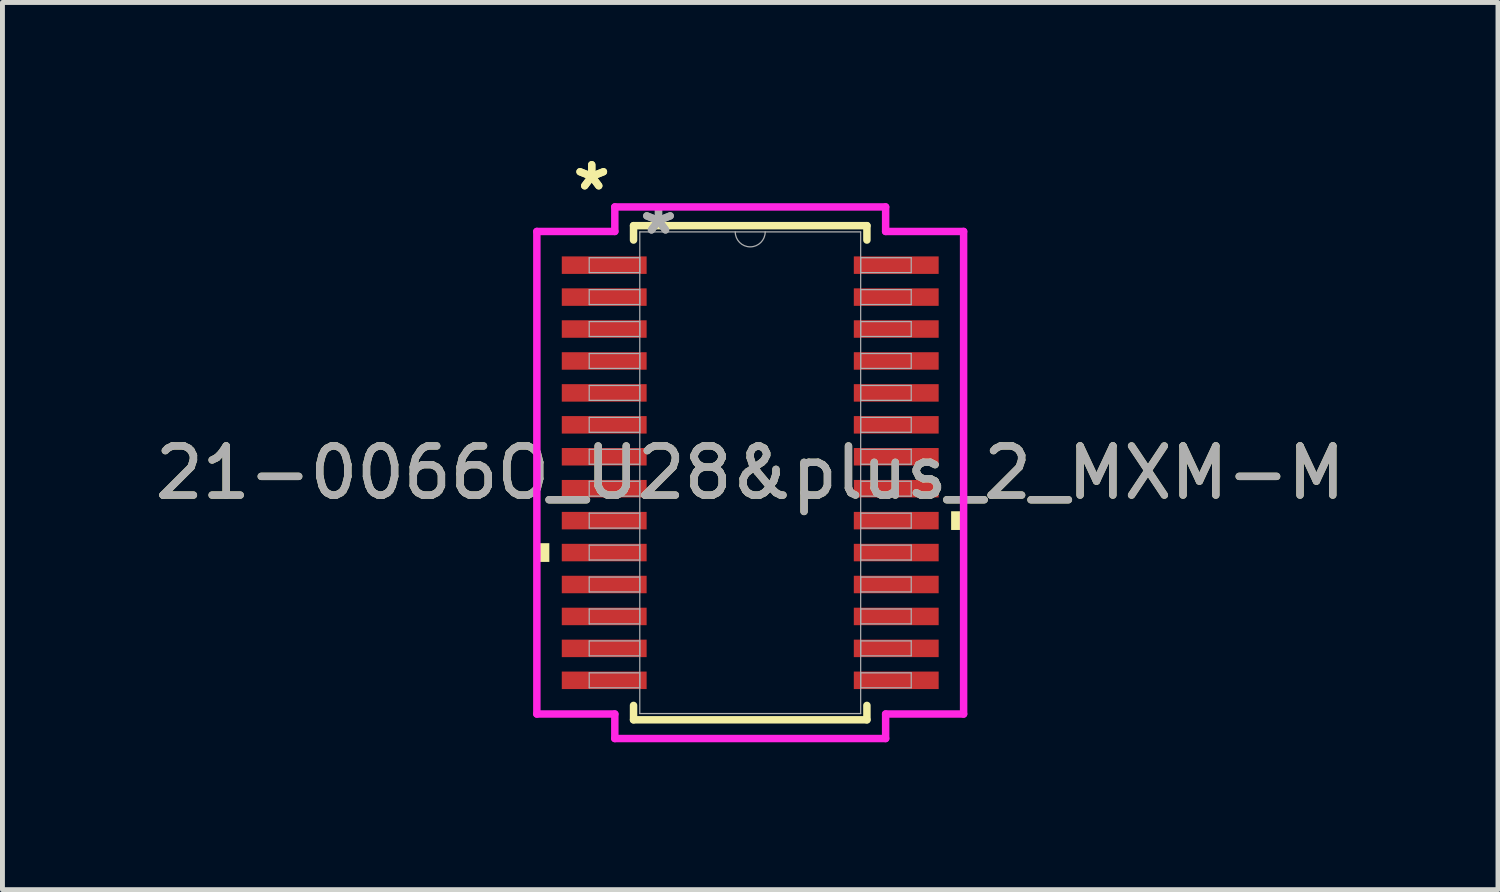
<source format=kicad_pcb>
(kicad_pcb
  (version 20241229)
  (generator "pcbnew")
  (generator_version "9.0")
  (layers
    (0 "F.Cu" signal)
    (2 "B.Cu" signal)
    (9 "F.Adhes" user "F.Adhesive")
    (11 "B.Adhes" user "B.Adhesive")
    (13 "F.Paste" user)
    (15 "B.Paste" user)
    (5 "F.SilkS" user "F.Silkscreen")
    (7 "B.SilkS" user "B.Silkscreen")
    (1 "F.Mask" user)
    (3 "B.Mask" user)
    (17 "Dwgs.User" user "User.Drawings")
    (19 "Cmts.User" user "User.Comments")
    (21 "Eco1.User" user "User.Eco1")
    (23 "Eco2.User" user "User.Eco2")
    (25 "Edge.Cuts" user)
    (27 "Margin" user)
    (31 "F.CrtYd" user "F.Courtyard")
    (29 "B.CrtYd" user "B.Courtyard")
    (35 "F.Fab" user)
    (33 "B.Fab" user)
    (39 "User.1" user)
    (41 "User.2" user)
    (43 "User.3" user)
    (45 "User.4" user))
  (footprint "21-0066O_U28&plus_2_MXM-M"
    (layer "F.Cu")
    (at 12.22 6.572)
    (property "Reference" "21-0066O_U28&plus_2_MXM-M" (at 0 0 0) (unlocked yes) (layer "F.SilkS") (effects (font (size 1 1) (thickness 0.15))))
    (attr smd)
    (fp_line (start -2.375 -5.029) (end -2.375 -4.736) (stroke (width 0.152) (type solid)) (layer "F.SilkS"))
    (fp_line (start -2.375 4.736) (end -2.375 5.029) (stroke (width 0.152) (type solid)) (layer "F.SilkS"))
    (fp_line (start -2.375 5.029) (end 2.375 5.029) (stroke (width 0.152) (type solid)) (layer "F.SilkS"))
    (fp_line (start 2.375 -5.029) (end -2.375 -5.029) (stroke (width 0.152) (type solid)) (layer "F.SilkS"))
    (fp_line (start 2.375 -4.736) (end 2.375 -5.029) (stroke (width 0.152) (type solid)) (layer "F.SilkS"))
    (fp_line (start 2.375 5.029) (end 2.375 4.736) (stroke (width 0.152) (type solid)) (layer "F.SilkS"))
    (fp_poly (pts (xy -4.343 1.434) (xy -4.343 1.815) (xy -4.089 1.815) (xy -4.089 1.434)) (stroke (width 0) (type solid)) (fill yes) (layer "F.SilkS"))
    (fp_poly (pts (xy 4.343 0.784) (xy 4.343 1.165) (xy 4.089 1.165) (xy 4.089 0.784)) (stroke (width 0) (type solid)) (fill yes) (layer "F.SilkS"))
    (fp_line (start -4.343 -4.911) (end -2.756 -4.911) (stroke (width 0.152) (type solid)) (layer "F.CrtYd"))
    (fp_line (start -4.343 4.911) (end -4.343 -4.911) (stroke (width 0.152) (type solid)) (layer "F.CrtYd"))
    (fp_line (start -4.343 4.911) (end -2.756 4.911) (stroke (width 0.152) (type solid)) (layer "F.CrtYd"))
    (fp_line (start -2.756 -5.41) (end 2.756 -5.41) (stroke (width 0.152) (type solid)) (layer "F.CrtYd"))
    (fp_line (start -2.756 -4.911) (end -2.756 -5.41) (stroke (width 0.152) (type solid)) (layer "F.CrtYd"))
    (fp_line (start -2.756 5.41) (end -2.756 4.911) (stroke (width 0.152) (type solid)) (layer "F.CrtYd"))
    (fp_line (start 2.756 -5.41) (end 2.756 -4.911) (stroke (width 0.152) (type solid)) (layer "F.CrtYd"))
    (fp_line (start 2.756 4.911) (end 2.756 5.41) (stroke (width 0.152) (type solid)) (layer "F.CrtYd"))
    (fp_line (start 2.756 5.41) (end -2.756 5.41) (stroke (width 0.152) (type solid)) (layer "F.CrtYd"))
    (fp_line (start 4.343 -4.911) (end 2.756 -4.911) (stroke (width 0.152) (type solid)) (layer "F.CrtYd"))
    (fp_line (start 4.343 -4.911) (end 4.343 4.911) (stroke (width 0.152) (type solid)) (layer "F.CrtYd"))
    (fp_line (start 4.343 4.911) (end 2.756 4.911) (stroke (width 0.152) (type solid)) (layer "F.CrtYd"))
    (fp_line (start -3.277 -4.377) (end -3.277 -4.073) (stroke (width 0.025) (type solid)) (layer "F.Fab"))
    (fp_line (start -3.277 -4.073) (end -2.248 -4.073) (stroke (width 0.025) (type solid)) (layer "F.Fab"))
    (fp_line (start -3.277 -3.727) (end -3.277 -3.423) (stroke (width 0.025) (type solid)) (layer "F.Fab"))
    (fp_line (start -3.277 -3.423) (end -2.248 -3.423) (stroke (width 0.025) (type solid)) (layer "F.Fab"))
    (fp_line (start -3.277 -3.077) (end -3.277 -2.773) (stroke (width 0.025) (type solid)) (layer "F.Fab"))
    (fp_line (start -3.277 -2.773) (end -2.248 -2.773) (stroke (width 0.025) (type solid)) (layer "F.Fab"))
    (fp_line (start -3.277 -2.427) (end -3.277 -2.123) (stroke (width 0.025) (type solid)) (layer "F.Fab"))
    (fp_line (start -3.277 -2.123) (end -2.248 -2.123) (stroke (width 0.025) (type solid)) (layer "F.Fab"))
    (fp_line (start -3.277 -1.777) (end -3.277 -1.473) (stroke (width 0.025) (type solid)) (layer "F.Fab"))
    (fp_line (start -3.277 -1.473) (end -2.248 -1.473) (stroke (width 0.025) (type solid)) (layer "F.Fab"))
    (fp_line (start -3.277 -1.127) (end -3.277 -0.823) (stroke (width 0.025) (type solid)) (layer "F.Fab"))
    (fp_line (start -3.277 -0.823) (end -2.248 -0.823) (stroke (width 0.025) (type solid)) (layer "F.Fab"))
    (fp_line (start -3.277 -0.477) (end -3.277 -0.173) (stroke (width 0.025) (type solid)) (layer "F.Fab"))
    (fp_line (start -3.277 -0.173) (end -2.248 -0.173) (stroke (width 0.025) (type solid)) (layer "F.Fab"))
    (fp_line (start -3.277 0.173) (end -3.277 0.477) (stroke (width 0.025) (type solid)) (layer "F.Fab"))
    (fp_line (start -3.277 0.477) (end -2.248 0.477) (stroke (width 0.025) (type solid)) (layer "F.Fab"))
    (fp_line (start -3.277 0.823) (end -3.277 1.127) (stroke (width 0.025) (type solid)) (layer "F.Fab"))
    (fp_line (start -3.277 1.127) (end -2.248 1.127) (stroke (width 0.025) (type solid)) (layer "F.Fab"))
    (fp_line (start -3.277 1.473) (end -3.277 1.777) (stroke (width 0.025) (type solid)) (layer "F.Fab"))
    (fp_line (start -3.277 1.777) (end -2.248 1.777) (stroke (width 0.025) (type solid)) (layer "F.Fab"))
    (fp_line (start -3.277 2.123) (end -3.277 2.427) (stroke (width 0.025) (type solid)) (layer "F.Fab"))
    (fp_line (start -3.277 2.427) (end -2.248 2.427) (stroke (width 0.025) (type solid)) (layer "F.Fab"))
    (fp_line (start -3.277 2.773) (end -3.277 3.077) (stroke (width 0.025) (type solid)) (layer "F.Fab"))
    (fp_line (start -3.277 3.077) (end -2.248 3.077) (stroke (width 0.025) (type solid)) (layer "F.Fab"))
    (fp_line (start -3.277 3.423) (end -3.277 3.727) (stroke (width 0.025) (type solid)) (layer "F.Fab"))
    (fp_line (start -3.277 3.727) (end -2.248 3.727) (stroke (width 0.025) (type solid)) (layer "F.Fab"))
    (fp_line (start -3.277 4.073) (end -3.277 4.377) (stroke (width 0.025) (type solid)) (layer "F.Fab"))
    (fp_line (start -3.277 4.377) (end -2.248 4.377) (stroke (width 0.025) (type solid)) (layer "F.Fab"))
    (fp_line (start -2.248 -4.902) (end -2.248 4.902) (stroke (width 0.025) (type solid)) (layer "F.Fab"))
    (fp_line (start -2.248 -4.377) (end -3.277 -4.377) (stroke (width 0.025) (type solid)) (layer "F.Fab"))
    (fp_line (start -2.248 -4.073) (end -2.248 -4.377) (stroke (width 0.025) (type solid)) (layer "F.Fab"))
    (fp_line (start -2.248 -3.727) (end -3.277 -3.727) (stroke (width 0.025) (type solid)) (layer "F.Fab"))
    (fp_line (start -2.248 -3.423) (end -2.248 -3.727) (stroke (width 0.025) (type solid)) (layer "F.Fab"))
    (fp_line (start -2.248 -3.077) (end -3.277 -3.077) (stroke (width 0.025) (type solid)) (layer "F.Fab"))
    (fp_line (start -2.248 -2.773) (end -2.248 -3.077) (stroke (width 0.025) (type solid)) (layer "F.Fab"))
    (fp_line (start -2.248 -2.427) (end -3.277 -2.427) (stroke (width 0.025) (type solid)) (layer "F.Fab"))
    (fp_line (start -2.248 -2.123) (end -2.248 -2.427) (stroke (width 0.025) (type solid)) (layer "F.Fab"))
    (fp_line (start -2.248 -1.777) (end -3.277 -1.777) (stroke (width 0.025) (type solid)) (layer "F.Fab"))
    (fp_line (start -2.248 -1.473) (end -2.248 -1.777) (stroke (width 0.025) (type solid)) (layer "F.Fab"))
    (fp_line (start -2.248 -1.127) (end -3.277 -1.127) (stroke (width 0.025) (type solid)) (layer "F.Fab"))
    (fp_line (start -2.248 -0.823) (end -2.248 -1.127) (stroke (width 0.025) (type solid)) (layer "F.Fab"))
    (fp_line (start -2.248 -0.477) (end -3.277 -0.477) (stroke (width 0.025) (type solid)) (layer "F.Fab"))
    (fp_line (start -2.248 -0.173) (end -2.248 -0.477) (stroke (width 0.025) (type solid)) (layer "F.Fab"))
    (fp_line (start -2.248 0.173) (end -3.277 0.173) (stroke (width 0.025) (type solid)) (layer "F.Fab"))
    (fp_line (start -2.248 0.477) (end -2.248 0.173) (stroke (width 0.025) (type solid)) (layer "F.Fab"))
    (fp_line (start -2.248 0.823) (end -3.277 0.823) (stroke (width 0.025) (type solid)) (layer "F.Fab"))
    (fp_line (start -2.248 1.127) (end -2.248 0.823) (stroke (width 0.025) (type solid)) (layer "F.Fab"))
    (fp_line (start -2.248 1.473) (end -3.277 1.473) (stroke (width 0.025) (type solid)) (layer "F.Fab"))
    (fp_line (start -2.248 1.777) (end -2.248 1.473) (stroke (width 0.025) (type solid)) (layer "F.Fab"))
    (fp_line (start -2.248 2.123) (end -3.277 2.123) (stroke (width 0.025) (type solid)) (layer "F.Fab"))
    (fp_line (start -2.248 2.427) (end -2.248 2.123) (stroke (width 0.025) (type solid)) (layer "F.Fab"))
    (fp_line (start -2.248 2.773) (end -3.277 2.773) (stroke (width 0.025) (type solid)) (layer "F.Fab"))
    (fp_line (start -2.248 3.077) (end -2.248 2.773) (stroke (width 0.025) (type solid)) (layer "F.Fab"))
    (fp_line (start -2.248 3.423) (end -3.277 3.423) (stroke (width 0.025) (type solid)) (layer "F.Fab"))
    (fp_line (start -2.248 3.727) (end -2.248 3.423) (stroke (width 0.025) (type solid)) (layer "F.Fab"))
    (fp_line (start -2.248 4.073) (end -3.277 4.073) (stroke (width 0.025) (type solid)) (layer "F.Fab"))
    (fp_line (start -2.248 4.377) (end -2.248 4.073) (stroke (width 0.025) (type solid)) (layer "F.Fab"))
    (fp_line (start -2.248 4.902) (end 2.248 4.902) (stroke (width 0.025) (type solid)) (layer "F.Fab"))
    (fp_line (start 2.248 -4.902) (end -2.248 -4.902) (stroke (width 0.025) (type solid)) (layer "F.Fab"))
    (fp_line (start 2.248 -4.377) (end 2.248 -4.073) (stroke (width 0.025) (type solid)) (layer "F.Fab"))
    (fp_line (start 2.248 -4.073) (end 3.277 -4.073) (stroke (width 0.025) (type solid)) (layer "F.Fab"))
    (fp_line (start 2.248 -3.727) (end 2.248 -3.423) (stroke (width 0.025) (type solid)) (layer "F.Fab"))
    (fp_line (start 2.248 -3.423) (end 3.277 -3.423) (stroke (width 0.025) (type solid)) (layer "F.Fab"))
    (fp_line (start 2.248 -3.077) (end 2.248 -2.773) (stroke (width 0.025) (type solid)) (layer "F.Fab"))
    (fp_line (start 2.248 -2.773) (end 3.277 -2.773) (stroke (width 0.025) (type solid)) (layer "F.Fab"))
    (fp_line (start 2.248 -2.427) (end 2.248 -2.123) (stroke (width 0.025) (type solid)) (layer "F.Fab"))
    (fp_line (start 2.248 -2.123) (end 3.277 -2.123) (stroke (width 0.025) (type solid)) (layer "F.Fab"))
    (fp_line (start 2.248 -1.777) (end 2.248 -1.473) (stroke (width 0.025) (type solid)) (layer "F.Fab"))
    (fp_line (start 2.248 -1.473) (end 3.277 -1.473) (stroke (width 0.025) (type solid)) (layer "F.Fab"))
    (fp_line (start 2.248 -1.127) (end 2.248 -0.823) (stroke (width 0.025) (type solid)) (layer "F.Fab"))
    (fp_line (start 2.248 -0.823) (end 3.277 -0.823) (stroke (width 0.025) (type solid)) (layer "F.Fab"))
    (fp_line (start 2.248 -0.477) (end 2.248 -0.173) (stroke (width 0.025) (type solid)) (layer "F.Fab"))
    (fp_line (start 2.248 -0.173) (end 3.277 -0.173) (stroke (width 0.025) (type solid)) (layer "F.Fab"))
    (fp_line (start 2.248 0.173) (end 2.248 0.477) (stroke (width 0.025) (type solid)) (layer "F.Fab"))
    (fp_line (start 2.248 0.477) (end 3.277 0.477) (stroke (width 0.025) (type solid)) (layer "F.Fab"))
    (fp_line (start 2.248 0.823) (end 2.248 1.127) (stroke (width 0.025) (type solid)) (layer "F.Fab"))
    (fp_line (start 2.248 1.127) (end 3.277 1.127) (stroke (width 0.025) (type solid)) (layer "F.Fab"))
    (fp_line (start 2.248 1.473) (end 2.248 1.777) (stroke (width 0.025) (type solid)) (layer "F.Fab"))
    (fp_line (start 2.248 1.777) (end 3.277 1.777) (stroke (width 0.025) (type solid)) (layer "F.Fab"))
    (fp_line (start 2.248 2.123) (end 2.248 2.427) (stroke (width 0.025) (type solid)) (layer "F.Fab"))
    (fp_line (start 2.248 2.427) (end 3.277 2.427) (stroke (width 0.025) (type solid)) (layer "F.Fab"))
    (fp_line (start 2.248 2.773) (end 2.248 3.077) (stroke (width 0.025) (type solid)) (layer "F.Fab"))
    (fp_line (start 2.248 3.077) (end 3.277 3.077) (stroke (width 0.025) (type solid)) (layer "F.Fab"))
    (fp_line (start 2.248 3.423) (end 2.248 3.727) (stroke (width 0.025) (type solid)) (layer "F.Fab"))
    (fp_line (start 2.248 3.727) (end 3.277 3.727) (stroke (width 0.025) (type solid)) (layer "F.Fab"))
    (fp_line (start 2.248 4.073) (end 2.248 4.377) (stroke (width 0.025) (type solid)) (layer "F.Fab"))
    (fp_line (start 2.248 4.377) (end 3.277 4.377) (stroke (width 0.025) (type solid)) (layer "F.Fab"))
    (fp_line (start 2.248 4.902) (end 2.248 -4.902) (stroke (width 0.025) (type solid)) (layer "F.Fab"))
    (fp_line (start 3.277 -4.377) (end 2.248 -4.377) (stroke (width 0.025) (type solid)) (layer "F.Fab"))
    (fp_line (start 3.277 -4.073) (end 3.277 -4.377) (stroke (width 0.025) (type solid)) (layer "F.Fab"))
    (fp_line (start 3.277 -3.727) (end 2.248 -3.727) (stroke (width 0.025) (type solid)) (layer "F.Fab"))
    (fp_line (start 3.277 -3.423) (end 3.277 -3.727) (stroke (width 0.025) (type solid)) (layer "F.Fab"))
    (fp_line (start 3.277 -3.077) (end 2.248 -3.077) (stroke (width 0.025) (type solid)) (layer "F.Fab"))
    (fp_line (start 3.277 -2.773) (end 3.277 -3.077) (stroke (width 0.025) (type solid)) (layer "F.Fab"))
    (fp_line (start 3.277 -2.427) (end 2.248 -2.427) (stroke (width 0.025) (type solid)) (layer "F.Fab"))
    (fp_line (start 3.277 -2.123) (end 3.277 -2.427) (stroke (width 0.025) (type solid)) (layer "F.Fab"))
    (fp_line (start 3.277 -1.777) (end 2.248 -1.777) (stroke (width 0.025) (type solid)) (layer "F.Fab"))
    (fp_line (start 3.277 -1.473) (end 3.277 -1.777) (stroke (width 0.025) (type solid)) (layer "F.Fab"))
    (fp_line (start 3.277 -1.127) (end 2.248 -1.127) (stroke (width 0.025) (type solid)) (layer "F.Fab"))
    (fp_line (start 3.277 -0.823) (end 3.277 -1.127) (stroke (width 0.025) (type solid)) (layer "F.Fab"))
    (fp_line (start 3.277 -0.477) (end 2.248 -0.477) (stroke (width 0.025) (type solid)) (layer "F.Fab"))
    (fp_line (start 3.277 -0.173) (end 3.277 -0.477) (stroke (width 0.025) (type solid)) (layer "F.Fab"))
    (fp_line (start 3.277 0.173) (end 2.248 0.173) (stroke (width 0.025) (type solid)) (layer "F.Fab"))
    (fp_line (start 3.277 0.477) (end 3.277 0.173) (stroke (width 0.025) (type solid)) (layer "F.Fab"))
    (fp_line (start 3.277 0.823) (end 2.248 0.823) (stroke (width 0.025) (type solid)) (layer "F.Fab"))
    (fp_line (start 3.277 1.127) (end 3.277 0.823) (stroke (width 0.025) (type solid)) (layer "F.Fab"))
    (fp_line (start 3.277 1.473) (end 2.248 1.473) (stroke (width 0.025) (type solid)) (layer "F.Fab"))
    (fp_line (start 3.277 1.777) (end 3.277 1.473) (stroke (width 0.025) (type solid)) (layer "F.Fab"))
    (fp_line (start 3.277 2.123) (end 2.248 2.123) (stroke (width 0.025) (type solid)) (layer "F.Fab"))
    (fp_line (start 3.277 2.427) (end 3.277 2.123) (stroke (width 0.025) (type solid)) (layer "F.Fab"))
    (fp_line (start 3.277 2.773) (end 2.248 2.773) (stroke (width 0.025) (type solid)) (layer "F.Fab"))
    (fp_line (start 3.277 3.077) (end 3.277 2.773) (stroke (width 0.025) (type solid)) (layer "F.Fab"))
    (fp_line (start 3.277 3.423) (end 2.248 3.423) (stroke (width 0.025) (type solid)) (layer "F.Fab"))
    (fp_line (start 3.277 3.727) (end 3.277 3.423) (stroke (width 0.025) (type solid)) (layer "F.Fab"))
    (fp_line (start 3.277 4.073) (end 2.248 4.073) (stroke (width 0.025) (type solid)) (layer "F.Fab"))
    (fp_line (start 3.277 4.377) (end 3.277 4.073) (stroke (width 0.025) (type solid)) (layer "F.Fab"))
    (fp_arc (start 0.3048 -4.9022) (mid 0 -4.5974) (end -0.3048 -4.9022) (stroke (width 0.0254) (type solid)) (layer "F.Fab"))
    (fp_text user "*" (at -3.226 -5.724 0) (layer "F.SilkS") (effects (font (size 1 1) (thickness 0.15))))
    (fp_text user "*" (at -3.226 -5.724 0) (unlocked yes) (layer "F.SilkS") (effects (font (size 1 1) (thickness 0.15))))
    (fp_text user "${REFERENCE}" (at 0 0 0) (unlocked yes) (layer "F.Fab") (effects (font (size 1 1) (thickness 0.15))))
    (fp_text user "*" (at -1.867 -4.826 0) (unlocked yes) (layer "F.Fab") (effects (font (size 1 1) (thickness 0.15))))
    (fp_text user "*" (at -1.867 -4.826 0) (layer "F.Fab") (effects (font (size 1 1) (thickness 0.15))))
    (pad "1" smd rect (at -2.972 -4.225) (size 1.727 0.356) (layers "F.Cu" "F.Mask" "F.Paste"))
    (pad "2" smd rect (at -2.972 -3.575) (size 1.727 0.356) (layers "F.Cu" "F.Mask" "F.Paste"))
    (pad "3" smd rect (at -2.972 -2.925) (size 1.727 0.356) (layers "F.Cu" "F.Mask" "F.Paste"))
    (pad "4" smd rect (at -2.972 -2.275) (size 1.727 0.356) (layers "F.Cu" "F.Mask" "F.Paste"))
    (pad "5" smd rect (at -2.972 -1.625) (size 1.727 0.356) (layers "F.Cu" "F.Mask" "F.Paste"))
    (pad "6" smd rect (at -2.972 -0.975) (size 1.727 0.356) (layers "F.Cu" "F.Mask" "F.Paste"))
    (pad "7" smd rect (at -2.972 -0.325) (size 1.727 0.356) (layers "F.Cu" "F.Mask" "F.Paste"))
    (pad "8" smd rect (at -2.972 0.325) (size 1.727 0.356) (layers "F.Cu" "F.Mask" "F.Paste"))
    (pad "9" smd rect (at -2.972 0.975) (size 1.727 0.356) (layers "F.Cu" "F.Mask" "F.Paste"))
    (pad "10" smd rect (at -2.972 1.625) (size 1.727 0.356) (layers "F.Cu" "F.Mask" "F.Paste"))
    (pad "11" smd rect (at -2.972 2.275) (size 1.727 0.356) (layers "F.Cu" "F.Mask" "F.Paste"))
    (pad "12" smd rect (at -2.972 2.925) (size 1.727 0.356) (layers "F.Cu" "F.Mask" "F.Paste"))
    (pad "13" smd rect (at -2.972 3.575) (size 1.727 0.356) (layers "F.Cu" "F.Mask" "F.Paste"))
    (pad "14" smd rect (at -2.972 4.225) (size 1.727 0.356) (layers "F.Cu" "F.Mask" "F.Paste"))
    (pad "15" smd rect (at 2.972 4.225) (size 1.727 0.356) (layers "F.Cu" "F.Mask" "F.Paste"))
    (pad "16" smd rect (at 2.972 3.575) (size 1.727 0.356) (layers "F.Cu" "F.Mask" "F.Paste"))
    (pad "17" smd rect (at 2.972 2.925) (size 1.727 0.356) (layers "F.Cu" "F.Mask" "F.Paste"))
    (pad "18" smd rect (at 2.972 2.275) (size 1.727 0.356) (layers "F.Cu" "F.Mask" "F.Paste"))
    (pad "19" smd rect (at 2.972 1.625) (size 1.727 0.356) (layers "F.Cu" "F.Mask" "F.Paste"))
    (pad "20" smd rect (at 2.972 0.975) (size 1.727 0.356) (layers "F.Cu" "F.Mask" "F.Paste"))
    (pad "21" smd rect (at 2.972 0.325) (size 1.727 0.356) (layers "F.Cu" "F.Mask" "F.Paste"))
    (pad "22" smd rect (at 2.972 -0.325) (size 1.727 0.356) (layers "F.Cu" "F.Mask" "F.Paste"))
    (pad "23" smd rect (at 2.972 -0.975) (size 1.727 0.356) (layers "F.Cu" "F.Mask" "F.Paste"))
    (pad "24" smd rect (at 2.972 -1.625) (size 1.727 0.356) (layers "F.Cu" "F.Mask" "F.Paste"))
    (pad "25" smd rect (at 2.972 -2.275) (size 1.727 0.356) (layers "F.Cu" "F.Mask" "F.Paste"))
    (pad "26" smd rect (at 2.972 -2.925) (size 1.727 0.356) (layers "F.Cu" "F.Mask" "F.Paste"))
    (pad "27" smd rect (at 2.972 -3.575) (size 1.727 0.356) (layers "F.Cu" "F.Mask" "F.Paste"))
    (pad "28" smd rect (at 2.972 -4.225) (size 1.727 0.356) (layers "F.Cu" "F.Mask" "F.Paste")))
  (gr_rect
    (start -3 -3)
    (end 27.44 15.058)
    (stroke (width 0.1) (type default))
    (fill no)
    (layer "Edge.Cuts")))
</source>
